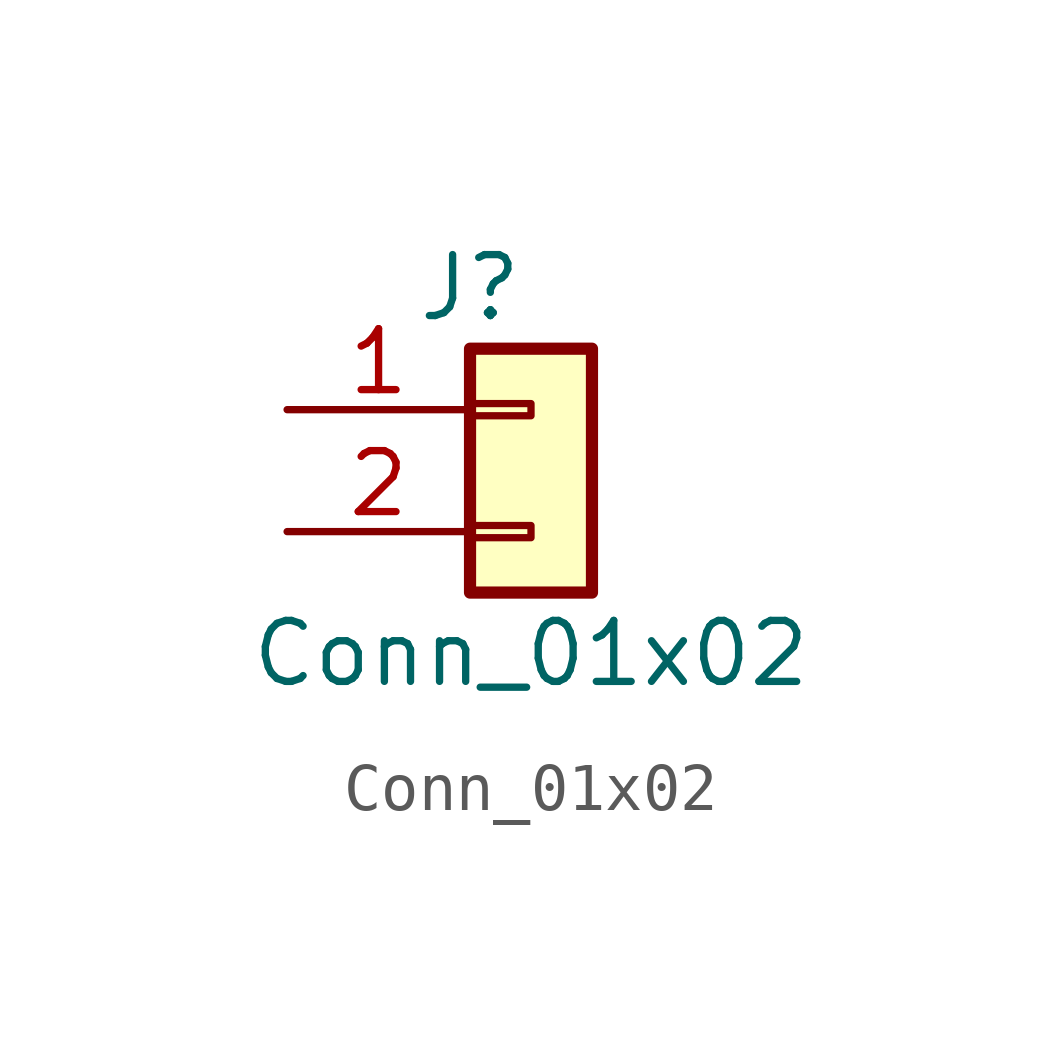
<source format=kicad_sym>
(kicad_symbol_lib
  (version 20211014)
  (generator kicad_symbol_editor)
  (symbol "Conn_01x02"
    (pin_names
      (offset 1.016) hide)
    (property "Reference" "J"
      (at -1.27 2.54 0)
      (effects (font (size 1.27 1.27))))
    (property "Value" "Conn_01x02"
      (at 0 -5.08 0)
      (effects (font (size 1.27 1.27))))
    (symbol "Conn_01x02_1_1"
      (rectangle (start -1.27 -2.413) (end 0 -2.667) (stroke (width 0.152) (type default) (color 0 0 0 0)) (fill (type none)))
      (rectangle (start -1.27 0.127) (end 0 -0.127) (stroke (width 0.152) (type default) (color 0 0 0 0)) (fill (type none)))
      (rectangle (start -1.27 1.27) (end 1.27 -3.81) (stroke (width 0.254) (type default) (color 0 0 0 0)) (fill (type background)))
      (pin passive line (at -5.08 0 0) (length 3.81) (name "Pin_1" (effects (font (size 1.27 1.27)))) (number "1" (effects (font (size 1.27 1.27)))))
      (pin passive line (at -5.08 -2.54 0) (length 3.81) (name "Pin_2" (effects (font (size 1.27 1.27)))) (number "2" (effects (font (size 1.27 1.27))))))))
</source>
